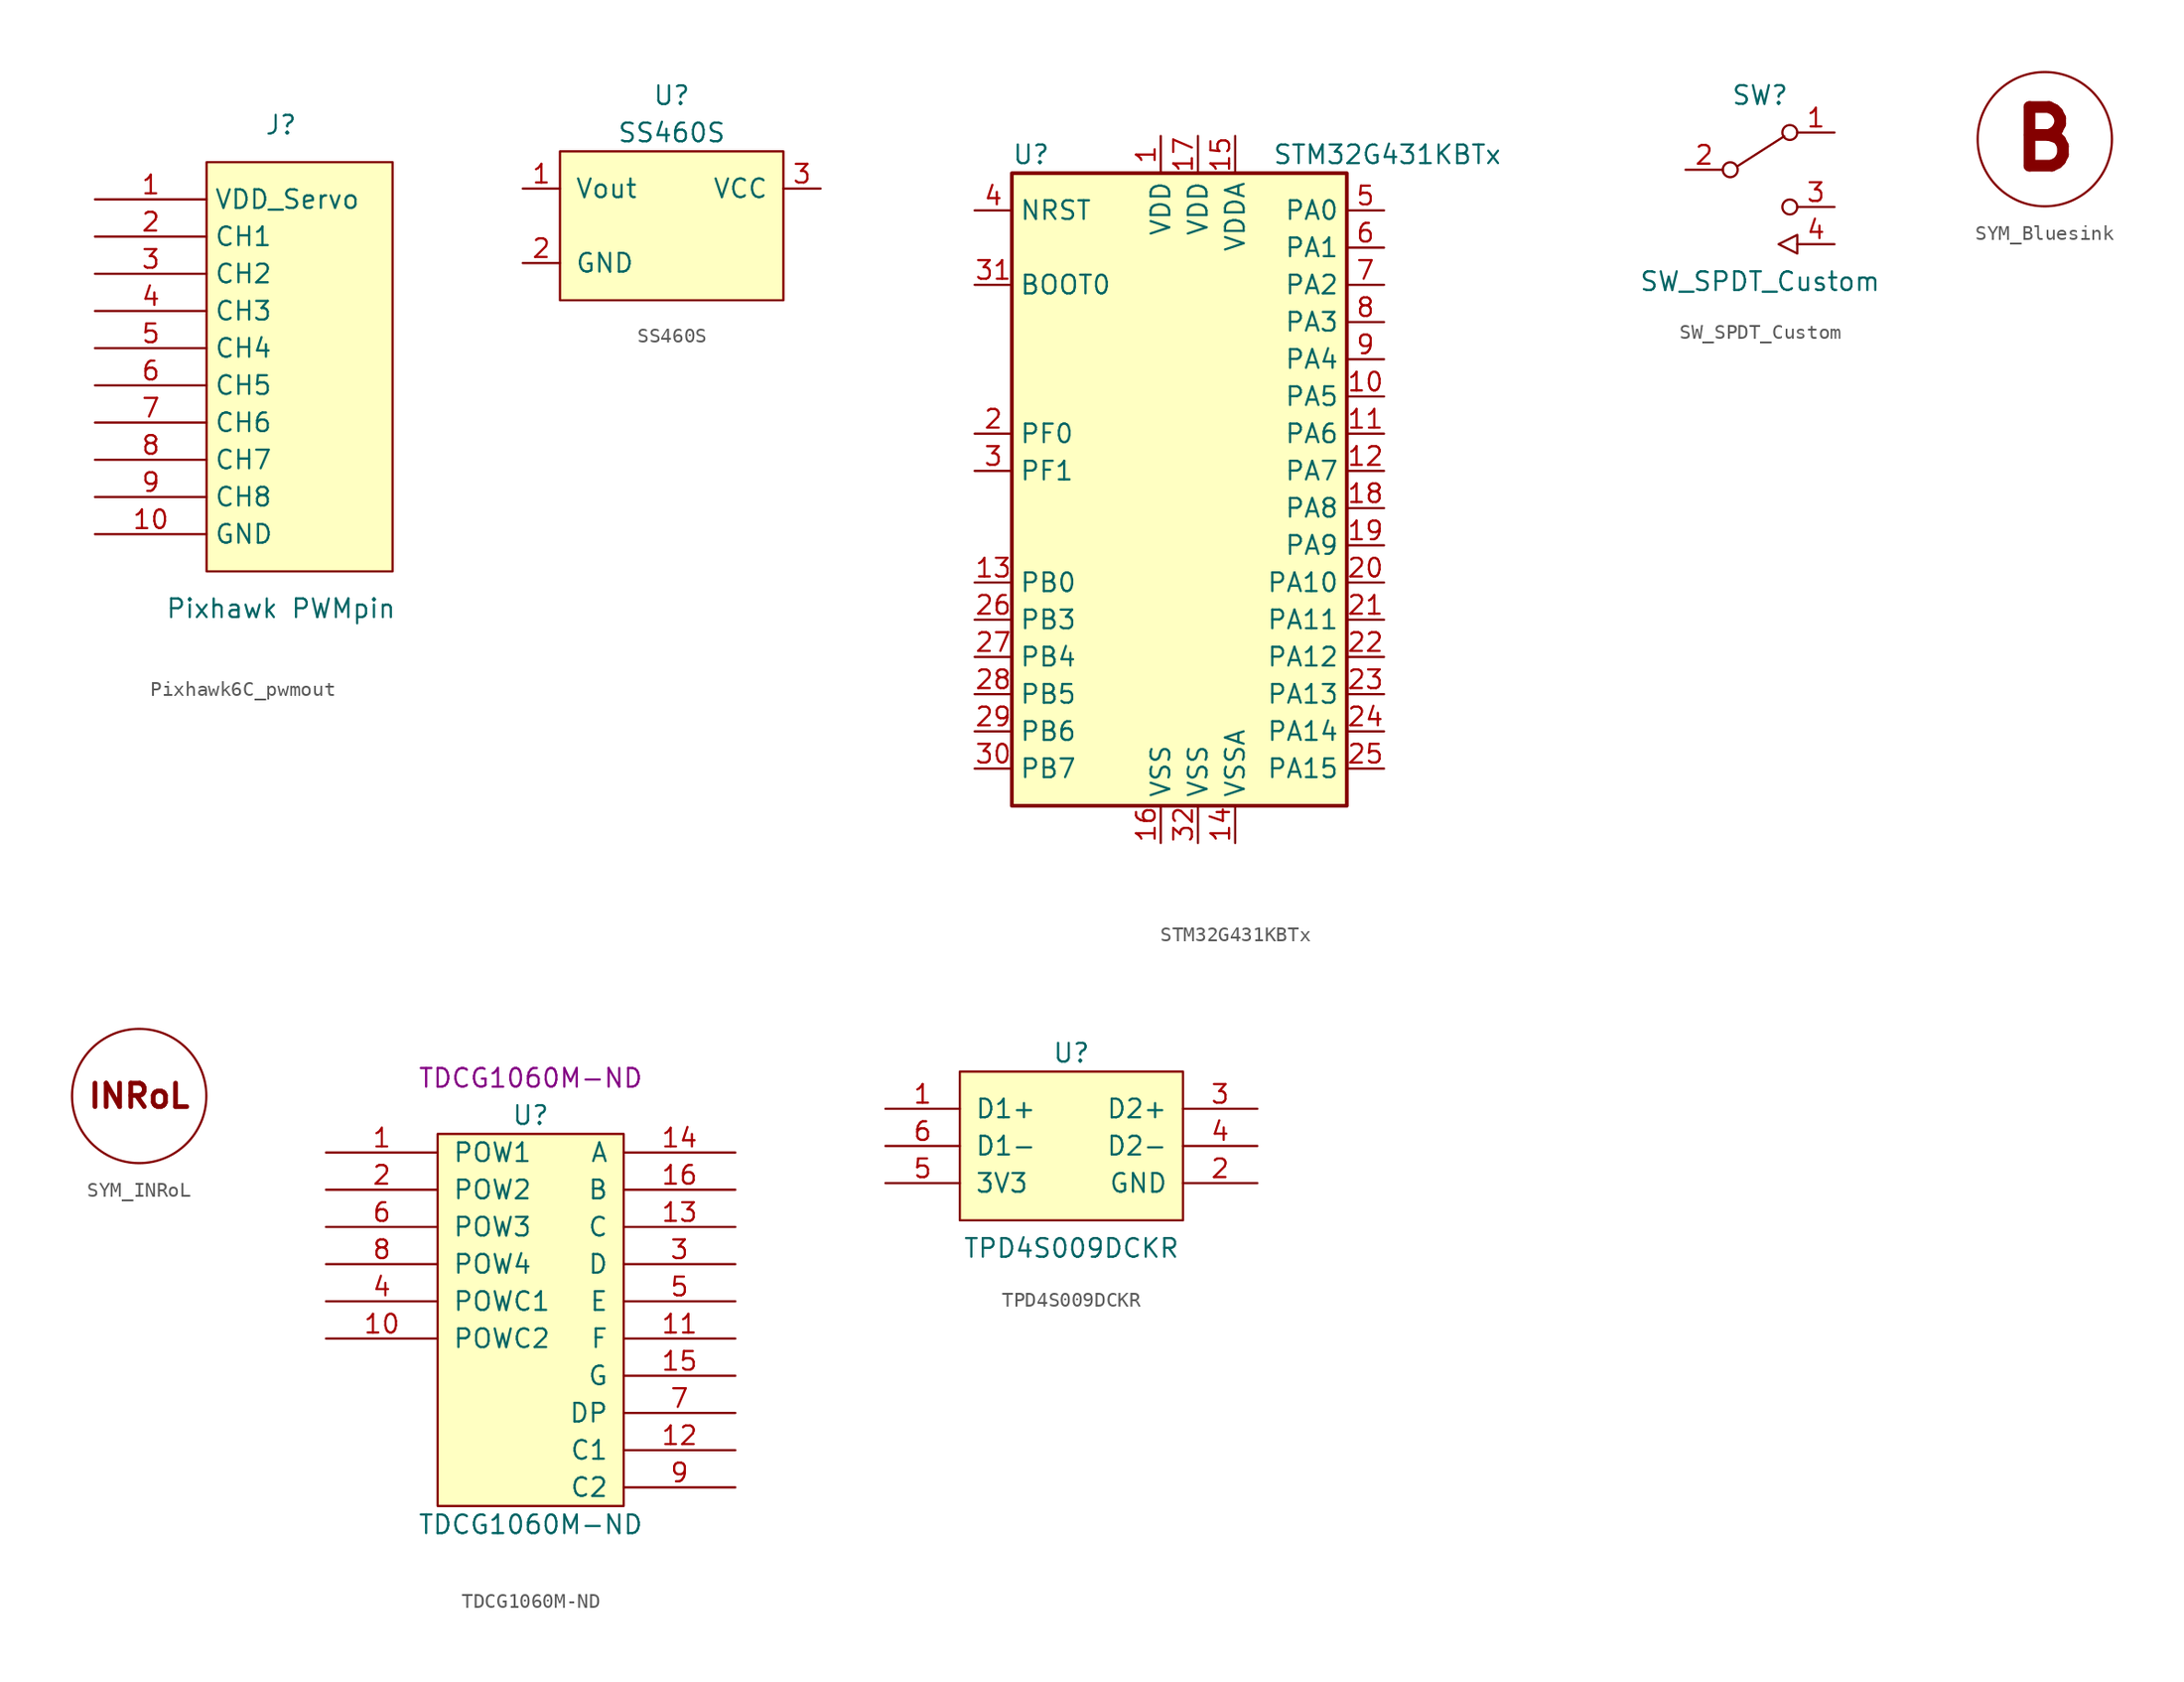
<source format=kicad_sym>
(kicad_symbol_lib
  (version 20220914)
  (generator kicad_symbol_editor)
  (symbol "Pixhawk6C_pwmout"
    (property "Reference" "J"
      (at 0 17.78 0)
      (effects (font (size 1.27 1.27))))
    (property "Value" "Pixhawk PWMpin"
      (at 0 -15.24 0)
      (effects (font (size 1.27 1.27))))
    (symbol "Pixhawk6C_pwmout_0_1"
      (rectangle (start -5.08 15.24) (end 7.62 -12.7) (stroke (width 0) (type solid)) (fill (type background))))
    (symbol "Pixhawk6C_pwmout_1_1"
      (pin power_in line (at -12.7 12.7 0) (length 7.62) (name "VDD_Servo" (effects (font (size 1.27 1.27)))) (number "1" (effects (font (size 1.27 1.27)))))
      (pin power_in line (at -12.7 -10.16 0) (length 7.62) (name "GND" (effects (font (size 1.27 1.27)))) (number "10" (effects (font (size 1.27 1.27)))))
      (pin output line (at -12.7 10.16 0) (length 7.62) (name "CH1" (effects (font (size 1.27 1.27)))) (number "2" (effects (font (size 1.27 1.27)))))
      (pin output line (at -12.7 7.62 0) (length 7.62) (name "CH2" (effects (font (size 1.27 1.27)))) (number "3" (effects (font (size 1.27 1.27)))))
      (pin output line (at -12.7 5.08 0) (length 7.62) (name "CH3" (effects (font (size 1.27 1.27)))) (number "4" (effects (font (size 1.27 1.27)))))
      (pin output line (at -12.7 2.54 0) (length 7.62) (name "CH4" (effects (font (size 1.27 1.27)))) (number "5" (effects (font (size 1.27 1.27)))))
      (pin output line (at -12.7 0 0) (length 7.62) (name "CH5" (effects (font (size 1.27 1.27)))) (number "6" (effects (font (size 1.27 1.27)))))
      (pin output line (at -12.7 -2.54 0) (length 7.62) (name "CH6" (effects (font (size 1.27 1.27)))) (number "7" (effects (font (size 1.27 1.27)))))
      (pin output line (at -12.7 -5.08 0) (length 7.62) (name "CH7" (effects (font (size 1.27 1.27)))) (number "8" (effects (font (size 1.27 1.27)))))
      (pin output line (at -12.7 -7.62 0) (length 7.62) (name "CH8" (effects (font (size 1.27 1.27)))) (number "9" (effects (font (size 1.27 1.27)))))))
  (symbol "SS460S"
    (pin_names
      (offset 1.016))
    (property "Reference" "U"
      (at 0 8.89 0)
      (effects (font (size 1.27 1.27))))
    (property "Value" "SS460S"
      (at 0 6.35 0)
      (effects (font (size 1.27 1.27))))
    (symbol "SS460S_0_1"
      (rectangle (start -7.62 5.08) (end 7.62 -5.08) (stroke (width 0) (type solid)) (fill (type background))))
    (symbol "SS460S_1_1"
      (pin input line (at -10.16 2.54 0) (length 2.54) (name "Vout" (effects (font (size 1.27 1.27)))) (number "1" (effects (font (size 1.27 1.27)))))
      (pin power_in line (at -10.16 -2.54 0) (length 2.54) (name "GND" (effects (font (size 1.27 1.27)))) (number "2" (effects (font (size 1.27 1.27)))))
      (pin power_in line (at 10.16 2.54 180) (length 2.54) (name "VCC" (effects (font (size 1.27 1.27)))) (number "3" (effects (font (size 1.27 1.27)))))))
  (symbol "STM32G431KBTx"
    (property "Reference" "U"
      (at -12.7 21.59 0)
      (effects (font (size 1.27 1.27)) (justify left)))
    (property "Value" "STM32G431KBTx"
      (at 5.08 21.59 0)
      (effects (font (size 1.27 1.27)) (justify left)))
    (symbol "STM32G431KBTx_0_1"
      (rectangle (start -12.7 -22.86) (end 10.16 20.32) (stroke (width 0.254) (type solid)) (fill (type background))))
    (symbol "STM32G431KBTx_1_1"
      (pin power_in line (at -2.54 22.86 270) (length 2.54) (name "VDD" (effects (font (size 1.27 1.27)))) (number "1" (effects (font (size 1.27 1.27)))))
      (pin bidirectional line (at 12.7 5.08 180) (length 2.54) (name "PA5" (effects (font (size 1.27 1.27)))) (number "10" (effects (font (size 1.27 1.27)))))
      (pin bidirectional line (at 12.7 2.54 180) (length 2.54) (name "PA6" (effects (font (size 1.27 1.27)))) (number "11" (effects (font (size 1.27 1.27)))))
      (pin bidirectional line (at 12.7 0 180) (length 2.54) (name "PA7" (effects (font (size 1.27 1.27)))) (number "12" (effects (font (size 1.27 1.27)))))
      (pin bidirectional line (at -15.24 -7.62 0) (length 2.54) (name "PB0" (effects (font (size 1.27 1.27)))) (number "13" (effects (font (size 1.27 1.27)))))
      (pin power_in line (at 2.54 -25.4 90) (length 2.54) (name "VSSA" (effects (font (size 1.27 1.27)))) (number "14" (effects (font (size 1.27 1.27)))))
      (pin bidirectional line (at 2.54 22.86 270) (length 2.54) (name "VDDA" (effects (font (size 1.27 1.27)))) (number "15" (effects (font (size 1.27 1.27)))))
      (pin power_in line (at -2.54 -25.4 90) (length 2.54) (name "VSS" (effects (font (size 1.27 1.27)))) (number "16" (effects (font (size 1.27 1.27)))))
      (pin power_in line (at 0 22.86 270) (length 2.54) (name "VDD" (effects (font (size 1.27 1.27)))) (number "17" (effects (font (size 1.27 1.27)))))
      (pin bidirectional line (at 12.7 -2.54 180) (length 2.54) (name "PA8" (effects (font (size 1.27 1.27)))) (number "18" (effects (font (size 1.27 1.27)))))
      (pin bidirectional line (at 12.7 -5.08 180) (length 2.54) (name "PA9" (effects (font (size 1.27 1.27)))) (number "19" (effects (font (size 1.27 1.27)))))
      (pin input line (at -15.24 2.54 0) (length 2.54) (name "PF0" (effects (font (size 1.27 1.27)))) (number "2" (effects (font (size 1.27 1.27)))))
      (pin bidirectional line (at 12.7 -7.62 180) (length 2.54) (name "PA10" (effects (font (size 1.27 1.27)))) (number "20" (effects (font (size 1.27 1.27)))))
      (pin bidirectional line (at 12.7 -10.16 180) (length 2.54) (name "PA11" (effects (font (size 1.27 1.27)))) (number "21" (effects (font (size 1.27 1.27)))))
      (pin bidirectional line (at 12.7 -12.7 180) (length 2.54) (name "PA12" (effects (font (size 1.27 1.27)))) (number "22" (effects (font (size 1.27 1.27)))))
      (pin bidirectional line (at 12.7 -15.24 180) (length 2.54) (name "PA13" (effects (font (size 1.27 1.27)))) (number "23" (effects (font (size 1.27 1.27)))))
      (pin bidirectional line (at 12.7 -17.78 180) (length 2.54) (name "PA14" (effects (font (size 1.27 1.27)))) (number "24" (effects (font (size 1.27 1.27)))))
      (pin bidirectional line (at 12.7 -20.32 180) (length 2.54) (name "PA15" (effects (font (size 1.27 1.27)))) (number "25" (effects (font (size 1.27 1.27)))))
      (pin bidirectional line (at -15.24 -10.16 0) (length 2.54) (name "PB3" (effects (font (size 1.27 1.27)))) (number "26" (effects (font (size 1.27 1.27)))))
      (pin bidirectional line (at -15.24 -12.7 0) (length 2.54) (name "PB4" (effects (font (size 1.27 1.27)))) (number "27" (effects (font (size 1.27 1.27)))))
      (pin bidirectional line (at -15.24 -15.24 0) (length 2.54) (name "PB5" (effects (font (size 1.27 1.27)))) (number "28" (effects (font (size 1.27 1.27)))))
      (pin bidirectional line (at -15.24 -17.78 0) (length 2.54) (name "PB6" (effects (font (size 1.27 1.27)))) (number "29" (effects (font (size 1.27 1.27)))))
      (pin input line (at -15.24 0 0) (length 2.54) (name "PF1" (effects (font (size 1.27 1.27)))) (number "3" (effects (font (size 1.27 1.27)))))
      (pin bidirectional line (at -15.24 -20.32 0) (length 2.54) (name "PB7" (effects (font (size 1.27 1.27)))) (number "30" (effects (font (size 1.27 1.27)))))
      (pin input line (at -15.24 12.7 0) (length 2.54) (name "BOOT0" (effects (font (size 1.27 1.27)))) (number "31" (effects (font (size 1.27 1.27)))))
      (pin power_in line (at 0 -25.4 90) (length 2.54) (name "VSS" (effects (font (size 1.27 1.27)))) (number "32" (effects (font (size 1.27 1.27)))))
      (pin input line (at -15.24 17.78 0) (length 2.54) (name "NRST" (effects (font (size 1.27 1.27)))) (number "4" (effects (font (size 1.27 1.27)))))
      (pin bidirectional line (at 12.7 17.78 180) (length 2.54) (name "PA0" (effects (font (size 1.27 1.27)))) (number "5" (effects (font (size 1.27 1.27)))))
      (pin bidirectional line (at 12.7 15.24 180) (length 2.54) (name "PA1" (effects (font (size 1.27 1.27)))) (number "6" (effects (font (size 1.27 1.27)))))
      (pin bidirectional line (at 12.7 12.7 180) (length 2.54) (name "PA2" (effects (font (size 1.27 1.27)))) (number "7" (effects (font (size 1.27 1.27)))))
      (pin bidirectional line (at 12.7 10.16 180) (length 2.54) (name "PA3" (effects (font (size 1.27 1.27)))) (number "8" (effects (font (size 1.27 1.27)))))
      (pin bidirectional line (at 12.7 7.62 180) (length 2.54) (name "PA4" (effects (font (size 1.27 1.27)))) (number "9" (effects (font (size 1.27 1.27)))))))
  (symbol "SW_SPDT_Custom"
    (pin_names
      (offset 1.016))
    (property "Reference" "SW"
      (at 0 7.62 0)
      (effects (font (size 1.27 1.27))))
    (property "Value" "SW_SPDT_Custom"
      (at 0 -5.08 0)
      (effects (font (size 1.27 1.27))))
    (symbol "SW_SPDT_Custom_0_1"
      (polyline (pts (xy 2.54 -1.905) (xy 2.54 -3.175) (xy 1.27 -2.54) (xy 2.54 -1.905)) (stroke (width 0) (type solid)) (fill (type none))))
    (symbol "SW_SPDT_Custom_1_0"
      (circle (center -2.032 2.54) (radius 0.508) (stroke (width 0) (type solid)) (fill (type none)))
      (circle (center 2.032 0) (radius 0.508) (stroke (width 0) (type solid)) (fill (type none))))
    (symbol "SW_SPDT_Custom_1_1"
      (polyline (pts (xy -1.524 2.794) (xy 1.651 4.826)) (stroke (width 0) (type solid)) (fill (type none)))
      (circle (center 2.032 5.08) (radius 0.508) (stroke (width 0) (type solid)) (fill (type none)))
      (pin passive line (at 5.08 5.08 180) (length 2.54) (name "~" (effects (font (size 1.27 1.27)))) (number "1" (effects (font (size 1.27 1.27)))))
      (pin passive line (at -5.08 2.54 0) (length 2.54) (name "~" (effects (font (size 1.27 1.27)))) (number "2" (effects (font (size 1.27 1.27)))))
      (pin passive line (at 5.08 0 180) (length 2.54) (name "~" (effects (font (size 1.27 1.27)))) (number "3" (effects (font (size 1.27 1.27)))))
      (pin passive line (at 5.08 -2.54 180) (length 2.54) (name "~" (effects (font (size 1.27 1.27)))) (number "4" (effects (font (size 1.27 1.27)))))))
  (symbol "SYM_Bluesink"
    (pin_names
      (offset 1.016))
    (property "Reference" "#SYM"
      (at 0 6.35 0)
      (effects (font (size 1.27 1.27)) hide))
    (symbol "SYM_Bluesink_0_0"
      (circle (center 0 0) (radius 4.572) (stroke (width 0) (type solid)) (fill (type none)))
      (text "B" (at 0 0 0) (effects (font (size 3.988 3.988) bold)))))
  (symbol "SYM_INRoL"
    (pin_names
      (offset 1.016))
    (property "Reference" "#SYM"
      (at 0 6.35 0)
      (effects (font (size 1.27 1.27)) hide))
    (symbol "SYM_INRoL_0_0"
      (circle (center 0 0) (radius 4.572) (stroke (width 0) (type solid)) (fill (type none)))
      (text "INRoL" (at 0 0 0) (effects (font (size 1.6 1.6) bold)))))
  (symbol "TDCG1060M-ND"
    (pin_names
      (offset 1.016))
    (property "Reference" "U"
      (at 0 26.67 0)
      (effects (font (size 1.27 1.27))))
    (property "Value" "TDCG1060M-ND"
      (at 0 -1.27 0)
      (effects (font (size 1.27 1.27))))
    (property "Digikey" "TDCG1060M-ND"
      (at 0 29.21 0)
      (effects (font (size 1.27 1.27))))
    (symbol "TDCG1060M-ND_0_1"
      (rectangle (start -6.35 25.4) (end 6.35 0) (stroke (width 0) (type solid)) (fill (type background))))
    (symbol "TDCG1060M-ND_1_1"
      (pin input line (at -13.97 24.13 0) (length 7.62) (name "POW1" (effects (font (size 1.27 1.27)))) (number "1" (effects (font (size 1.27 1.27)))))
      (pin input line (at -13.97 11.43 0) (length 7.62) (name "POWC2" (effects (font (size 1.27 1.27)))) (number "10" (effects (font (size 1.27 1.27)))))
      (pin input line (at 13.97 11.43 180) (length 7.62) (name "F" (effects (font (size 1.27 1.27)))) (number "11" (effects (font (size 1.27 1.27)))))
      (pin input line (at 13.97 3.81 180) (length 7.62) (name "C1" (effects (font (size 1.27 1.27)))) (number "12" (effects (font (size 1.27 1.27)))))
      (pin input line (at 13.97 19.05 180) (length 7.62) (name "C" (effects (font (size 1.27 1.27)))) (number "13" (effects (font (size 1.27 1.27)))))
      (pin input line (at 13.97 24.13 180) (length 7.62) (name "A" (effects (font (size 1.27 1.27)))) (number "14" (effects (font (size 1.27 1.27)))))
      (pin input line (at 13.97 8.89 180) (length 7.62) (name "G" (effects (font (size 1.27 1.27)))) (number "15" (effects (font (size 1.27 1.27)))))
      (pin input line (at 13.97 21.59 180) (length 7.62) (name "B" (effects (font (size 1.27 1.27)))) (number "16" (effects (font (size 1.27 1.27)))))
      (pin input line (at -13.97 21.59 0) (length 7.62) (name "POW2" (effects (font (size 1.27 1.27)))) (number "2" (effects (font (size 1.27 1.27)))))
      (pin input line (at 13.97 16.51 180) (length 7.62) (name "D" (effects (font (size 1.27 1.27)))) (number "3" (effects (font (size 1.27 1.27)))))
      (pin input line (at -13.97 13.97 0) (length 7.62) (name "POWC1" (effects (font (size 1.27 1.27)))) (number "4" (effects (font (size 1.27 1.27)))))
      (pin input line (at 13.97 13.97 180) (length 7.62) (name "E" (effects (font (size 1.27 1.27)))) (number "5" (effects (font (size 1.27 1.27)))))
      (pin input line (at -13.97 19.05 0) (length 7.62) (name "POW3" (effects (font (size 1.27 1.27)))) (number "6" (effects (font (size 1.27 1.27)))))
      (pin input line (at 13.97 6.35 180) (length 7.62) (name "DP" (effects (font (size 1.27 1.27)))) (number "7" (effects (font (size 1.27 1.27)))))
      (pin input line (at -13.97 16.51 0) (length 7.62) (name "POW4" (effects (font (size 1.27 1.27)))) (number "8" (effects (font (size 1.27 1.27)))))
      (pin input line (at 13.97 1.27 180) (length 7.62) (name "C2" (effects (font (size 1.27 1.27)))) (number "9" (effects (font (size 1.27 1.27)))))))
  (symbol "TPD4S009DCKR"
    (pin_names
      (offset 1.016))
    (property "Reference" "U"
      (at 0 6.35 0)
      (effects (font (size 1.27 1.27))))
    (property "Value" "TPD4S009DCKR"
      (at 0 -6.985 0)
      (effects (font (size 1.27 1.27))))
    (symbol "TPD4S009DCKR_0_1"
      (rectangle (start -7.62 5.08) (end 7.62 -5.08) (stroke (width 0) (type solid)) (fill (type background))))
    (symbol "TPD4S009DCKR_1_1"
      (pin passive line (at -12.7 2.54 0) (length 5.08) (name "D1+" (effects (font (size 1.27 1.27)))) (number "1" (effects (font (size 1.27 1.27)))))
      (pin power_in line (at 12.7 -2.54 180) (length 5.08) (name "GND" (effects (font (size 1.27 1.27)))) (number "2" (effects (font (size 1.27 1.27)))))
      (pin passive line (at 12.7 2.54 180) (length 5.08) (name "D2+" (effects (font (size 1.27 1.27)))) (number "3" (effects (font (size 1.27 1.27)))))
      (pin passive line (at 12.7 0 180) (length 5.08) (name "D2-" (effects (font (size 1.27 1.27)))) (number "4" (effects (font (size 1.27 1.27)))))
      (pin power_in line (at -12.7 -2.54 0) (length 5.08) (name "3V3" (effects (font (size 1.27 1.27)))) (number "5" (effects (font (size 1.27 1.27)))))
      (pin passive line (at -12.7 0 0) (length 5.08) (name "D1-" (effects (font (size 1.27 1.27)))) (number "6" (effects (font (size 1.27 1.27))))))))
</source>
